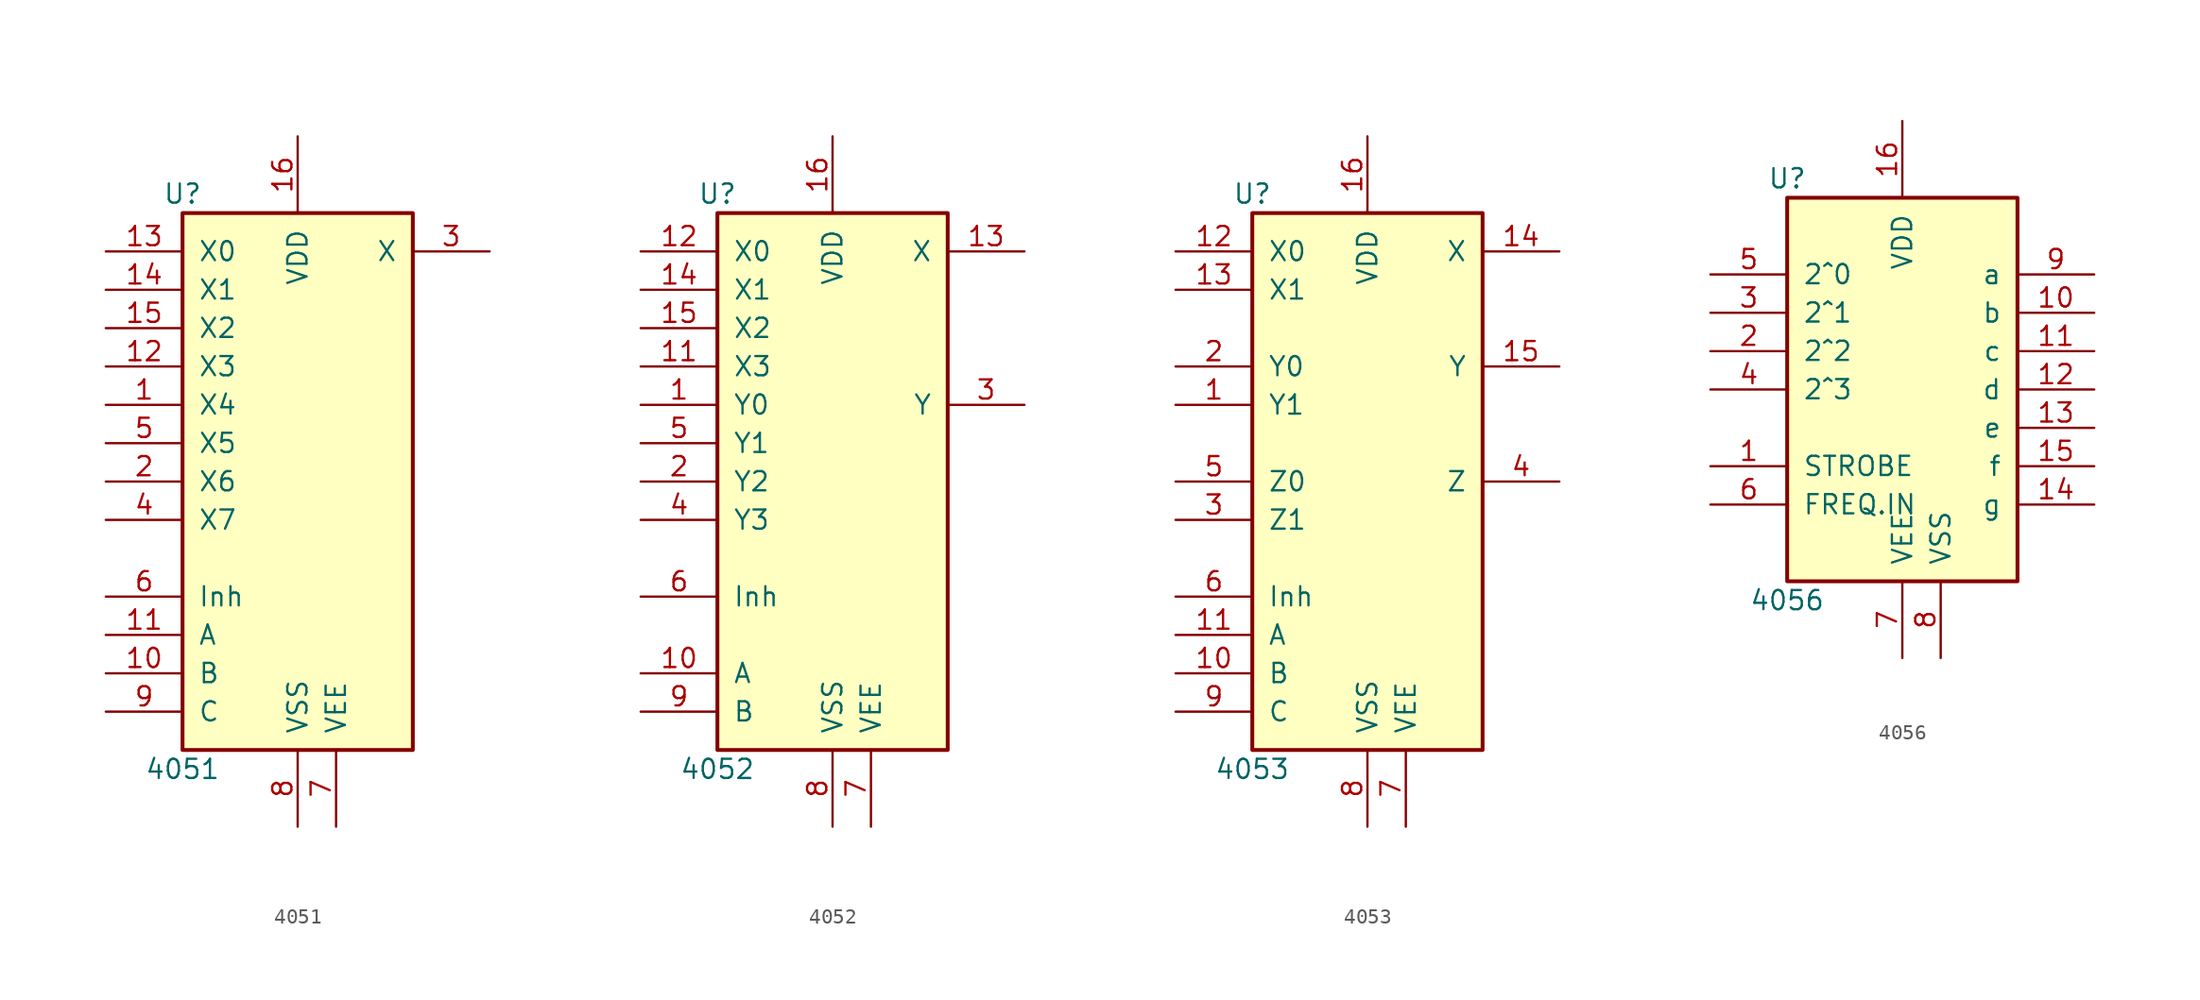
<source format=kicad_sym>
(kicad_symbol_lib
  (version 20200908)
  (generator kicad_symbol_editor)
  (symbol "4xxx:4051"
    (pin_names
      (offset 1.016))
    (property "Reference" "U"
      (at -7.62 19.05 0)
      (effects (font (size 1.27 1.27))))
    (property "Value" "4051"
      (at -7.62 -19.05 0)
      (effects (font (size 1.27 1.27))))
    (property "ki_locked" ""
      (at 0 0 0)
      (effects (font (size 1.27 1.27))))
    (symbol "4051_1_1"
      (rectangle (start -7.62 17.78) (end 7.62 -17.78) (stroke (width 0.254)) (fill (type background))))
    (symbol "4051_1_0"
      (pin passive line (at -12.7 5.08 0) (length 5.08) (name "X4" (effects (font (size 1.27 1.27)))) (number "1" (effects (font (size 1.27 1.27)))))
      (pin input line (at -12.7 -12.7 0) (length 5.08) (name "B" (effects (font (size 1.27 1.27)))) (number "10" (effects (font (size 1.27 1.27)))))
      (pin input line (at -12.7 -10.16 0) (length 5.08) (name "A" (effects (font (size 1.27 1.27)))) (number "11" (effects (font (size 1.27 1.27)))))
      (pin passive line (at -12.7 7.62 0) (length 5.08) (name "X3" (effects (font (size 1.27 1.27)))) (number "12" (effects (font (size 1.27 1.27)))))
      (pin passive line (at -12.7 15.24 0) (length 5.08) (name "X0" (effects (font (size 1.27 1.27)))) (number "13" (effects (font (size 1.27 1.27)))))
      (pin passive line (at -12.7 12.7 0) (length 5.08) (name "X1" (effects (font (size 1.27 1.27)))) (number "14" (effects (font (size 1.27 1.27)))))
      (pin passive line (at -12.7 10.16 0) (length 5.08) (name "X2" (effects (font (size 1.27 1.27)))) (number "15" (effects (font (size 1.27 1.27)))))
      (pin power_in line (at 0 22.86 270) (length 5.08) (name "VDD" (effects (font (size 1.27 1.27)))) (number "16" (effects (font (size 1.27 1.27)))))
      (pin passive line (at -12.7 0 0) (length 5.08) (name "X6" (effects (font (size 1.27 1.27)))) (number "2" (effects (font (size 1.27 1.27)))))
      (pin passive line (at 12.7 15.24 180) (length 5.08) (name "X" (effects (font (size 1.27 1.27)))) (number "3" (effects (font (size 1.27 1.27)))))
      (pin passive line (at -12.7 -2.54 0) (length 5.08) (name "X7" (effects (font (size 1.27 1.27)))) (number "4" (effects (font (size 1.27 1.27)))))
      (pin passive line (at -12.7 2.54 0) (length 5.08) (name "X5" (effects (font (size 1.27 1.27)))) (number "5" (effects (font (size 1.27 1.27)))))
      (pin input line (at -12.7 -7.62 0) (length 5.08) (name "Inh" (effects (font (size 1.27 1.27)))) (number "6" (effects (font (size 1.27 1.27)))))
      (pin power_in line (at 2.54 -22.86 90) (length 5.08) (name "VEE" (effects (font (size 1.27 1.27)))) (number "7" (effects (font (size 1.27 1.27)))))
      (pin power_in line (at 0 -22.86 90) (length 5.08) (name "VSS" (effects (font (size 1.27 1.27)))) (number "8" (effects (font (size 1.27 1.27)))))
      (pin input line (at -12.7 -15.24 0) (length 5.08) (name "C" (effects (font (size 1.27 1.27)))) (number "9" (effects (font (size 1.27 1.27)))))))
  (symbol "4xxx:4052"
    (pin_names
      (offset 1.016))
    (property "Reference" "U"
      (at -7.62 19.05 0)
      (effects (font (size 1.27 1.27))))
    (property "Value" "4052"
      (at -7.62 -19.05 0)
      (effects (font (size 1.27 1.27))))
    (property "ki_locked" ""
      (at 0 0 0)
      (effects (font (size 1.27 1.27))))
    (symbol "4052_1_1"
      (rectangle (start -7.62 17.78) (end 7.62 -17.78) (stroke (width 0.254)) (fill (type background))))
    (symbol "4052_1_0"
      (pin passive line (at -12.7 5.08 0) (length 5.08) (name "Y0" (effects (font (size 1.27 1.27)))) (number "1" (effects (font (size 1.27 1.27)))))
      (pin input line (at -12.7 -12.7 0) (length 5.08) (name "A" (effects (font (size 1.27 1.27)))) (number "10" (effects (font (size 1.27 1.27)))))
      (pin passive line (at -12.7 7.62 0) (length 5.08) (name "X3" (effects (font (size 1.27 1.27)))) (number "11" (effects (font (size 1.27 1.27)))))
      (pin passive line (at -12.7 15.24 0) (length 5.08) (name "X0" (effects (font (size 1.27 1.27)))) (number "12" (effects (font (size 1.27 1.27)))))
      (pin passive line (at 12.7 15.24 180) (length 5.08) (name "X" (effects (font (size 1.27 1.27)))) (number "13" (effects (font (size 1.27 1.27)))))
      (pin passive line (at -12.7 12.7 0) (length 5.08) (name "X1" (effects (font (size 1.27 1.27)))) (number "14" (effects (font (size 1.27 1.27)))))
      (pin passive line (at -12.7 10.16 0) (length 5.08) (name "X2" (effects (font (size 1.27 1.27)))) (number "15" (effects (font (size 1.27 1.27)))))
      (pin power_in line (at 0 22.86 270) (length 5.08) (name "VDD" (effects (font (size 1.27 1.27)))) (number "16" (effects (font (size 1.27 1.27)))))
      (pin passive line (at -12.7 0 0) (length 5.08) (name "Y2" (effects (font (size 1.27 1.27)))) (number "2" (effects (font (size 1.27 1.27)))))
      (pin passive line (at 12.7 5.08 180) (length 5.08) (name "Y" (effects (font (size 1.27 1.27)))) (number "3" (effects (font (size 1.27 1.27)))))
      (pin passive line (at -12.7 -2.54 0) (length 5.08) (name "Y3" (effects (font (size 1.27 1.27)))) (number "4" (effects (font (size 1.27 1.27)))))
      (pin passive line (at -12.7 2.54 0) (length 5.08) (name "Y1" (effects (font (size 1.27 1.27)))) (number "5" (effects (font (size 1.27 1.27)))))
      (pin input line (at -12.7 -7.62 0) (length 5.08) (name "Inh" (effects (font (size 1.27 1.27)))) (number "6" (effects (font (size 1.27 1.27)))))
      (pin power_in line (at 2.54 -22.86 90) (length 5.08) (name "VEE" (effects (font (size 1.27 1.27)))) (number "7" (effects (font (size 1.27 1.27)))))
      (pin power_in line (at 0 -22.86 90) (length 5.08) (name "VSS" (effects (font (size 1.27 1.27)))) (number "8" (effects (font (size 1.27 1.27)))))
      (pin input line (at -12.7 -15.24 0) (length 5.08) (name "B" (effects (font (size 1.27 1.27)))) (number "9" (effects (font (size 1.27 1.27)))))))
  (symbol "4xxx:4053"
    (pin_names
      (offset 1.016))
    (property "Reference" "U"
      (at -7.62 19.05 0)
      (effects (font (size 1.27 1.27))))
    (property "Value" "4053"
      (at -7.62 -19.05 0)
      (effects (font (size 1.27 1.27))))
    (property "ki_locked" ""
      (at 0 0 0)
      (effects (font (size 1.27 1.27))))
    (symbol "4053_1_1"
      (rectangle (start -7.62 17.78) (end 7.62 -17.78) (stroke (width 0.254)) (fill (type background))))
    (symbol "4053_1_0"
      (pin passive line (at -12.7 5.08 0) (length 5.08) (name "Y1" (effects (font (size 1.27 1.27)))) (number "1" (effects (font (size 1.27 1.27)))))
      (pin input line (at -12.7 -12.7 0) (length 5.08) (name "B" (effects (font (size 1.27 1.27)))) (number "10" (effects (font (size 1.27 1.27)))))
      (pin input line (at -12.7 -10.16 0) (length 5.08) (name "A" (effects (font (size 1.27 1.27)))) (number "11" (effects (font (size 1.27 1.27)))))
      (pin passive line (at -12.7 15.24 0) (length 5.08) (name "X0" (effects (font (size 1.27 1.27)))) (number "12" (effects (font (size 1.27 1.27)))))
      (pin passive line (at -12.7 12.7 0) (length 5.08) (name "X1" (effects (font (size 1.27 1.27)))) (number "13" (effects (font (size 1.27 1.27)))))
      (pin passive line (at 12.7 15.24 180) (length 5.08) (name "X" (effects (font (size 1.27 1.27)))) (number "14" (effects (font (size 1.27 1.27)))))
      (pin passive line (at 12.7 7.62 180) (length 5.08) (name "Y" (effects (font (size 1.27 1.27)))) (number "15" (effects (font (size 1.27 1.27)))))
      (pin power_in line (at 0 22.86 270) (length 5.08) (name "VDD" (effects (font (size 1.27 1.27)))) (number "16" (effects (font (size 1.27 1.27)))))
      (pin passive line (at -12.7 7.62 0) (length 5.08) (name "Y0" (effects (font (size 1.27 1.27)))) (number "2" (effects (font (size 1.27 1.27)))))
      (pin passive line (at -12.7 -2.54 0) (length 5.08) (name "Z1" (effects (font (size 1.27 1.27)))) (number "3" (effects (font (size 1.27 1.27)))))
      (pin passive line (at 12.7 0 180) (length 5.08) (name "Z" (effects (font (size 1.27 1.27)))) (number "4" (effects (font (size 1.27 1.27)))))
      (pin passive line (at -12.7 0 0) (length 5.08) (name "Z0" (effects (font (size 1.27 1.27)))) (number "5" (effects (font (size 1.27 1.27)))))
      (pin input line (at -12.7 -7.62 0) (length 5.08) (name "Inh" (effects (font (size 1.27 1.27)))) (number "6" (effects (font (size 1.27 1.27)))))
      (pin power_in line (at 2.54 -22.86 90) (length 5.08) (name "VEE" (effects (font (size 1.27 1.27)))) (number "7" (effects (font (size 1.27 1.27)))))
      (pin power_in line (at 0 -22.86 90) (length 5.08) (name "VSS" (effects (font (size 1.27 1.27)))) (number "8" (effects (font (size 1.27 1.27)))))
      (pin input line (at -12.7 -15.24 0) (length 5.08) (name "C" (effects (font (size 1.27 1.27)))) (number "9" (effects (font (size 1.27 1.27)))))))
  (symbol "4xxx:4056"
    (pin_names
      (offset 1.016))
    (property "Reference" "U"
      (at -7.62 13.97 0)
      (effects (font (size 1.27 1.27))))
    (property "Value" "4056"
      (at -7.62 -13.97 0)
      (effects (font (size 1.27 1.27))))
    (property "ki_locked" ""
      (at 0 0 0)
      (effects (font (size 1.27 1.27))))
    (symbol "4056_1_1"
      (rectangle (start -7.62 12.7) (end 7.62 -12.7) (stroke (width 0.254)) (fill (type background))))
    (symbol "4056_1_0"
      (pin input line (at -12.7 -5.08 0) (length 5.08) (name "STROBE" (effects (font (size 1.27 1.27)))) (number "1" (effects (font (size 1.27 1.27)))))
      (pin output line (at 12.7 5.08 180) (length 5.08) (name "b" (effects (font (size 1.27 1.27)))) (number "10" (effects (font (size 1.27 1.27)))))
      (pin output line (at 12.7 2.54 180) (length 5.08) (name "c" (effects (font (size 1.27 1.27)))) (number "11" (effects (font (size 1.27 1.27)))))
      (pin output line (at 12.7 0 180) (length 5.08) (name "d" (effects (font (size 1.27 1.27)))) (number "12" (effects (font (size 1.27 1.27)))))
      (pin output line (at 12.7 -2.54 180) (length 5.08) (name "e" (effects (font (size 1.27 1.27)))) (number "13" (effects (font (size 1.27 1.27)))))
      (pin output line (at 12.7 -7.62 180) (length 5.08) (name "g" (effects (font (size 1.27 1.27)))) (number "14" (effects (font (size 1.27 1.27)))))
      (pin output line (at 12.7 -5.08 180) (length 5.08) (name "f" (effects (font (size 1.27 1.27)))) (number "15" (effects (font (size 1.27 1.27)))))
      (pin power_in line (at 0 17.78 270) (length 5.08) (name "VDD" (effects (font (size 1.27 1.27)))) (number "16" (effects (font (size 1.27 1.27)))))
      (pin input line (at -12.7 2.54 0) (length 5.08) (name "2^2" (effects (font (size 1.27 1.27)))) (number "2" (effects (font (size 1.27 1.27)))))
      (pin input line (at -12.7 5.08 0) (length 5.08) (name "2^1" (effects (font (size 1.27 1.27)))) (number "3" (effects (font (size 1.27 1.27)))))
      (pin input line (at -12.7 0 0) (length 5.08) (name "2^3" (effects (font (size 1.27 1.27)))) (number "4" (effects (font (size 1.27 1.27)))))
      (pin input line (at -12.7 7.62 0) (length 5.08) (name "2^0" (effects (font (size 1.27 1.27)))) (number "5" (effects (font (size 1.27 1.27)))))
      (pin input line (at -12.7 -7.62 0) (length 5.08) (name "FREQ.IN" (effects (font (size 1.27 1.27)))) (number "6" (effects (font (size 1.27 1.27)))))
      (pin power_in line (at 0 -17.78 90) (length 5.08) (name "VEE" (effects (font (size 1.27 1.27)))) (number "7" (effects (font (size 1.27 1.27)))))
      (pin power_in line (at 2.54 -17.78 90) (length 5.08) (name "VSS" (effects (font (size 1.27 1.27)))) (number "8" (effects (font (size 1.27 1.27)))))
      (pin output line (at 12.7 7.62 180) (length 5.08) (name "a" (effects (font (size 1.27 1.27)))) (number "9" (effects (font (size 1.27 1.27))))))))
</source>
